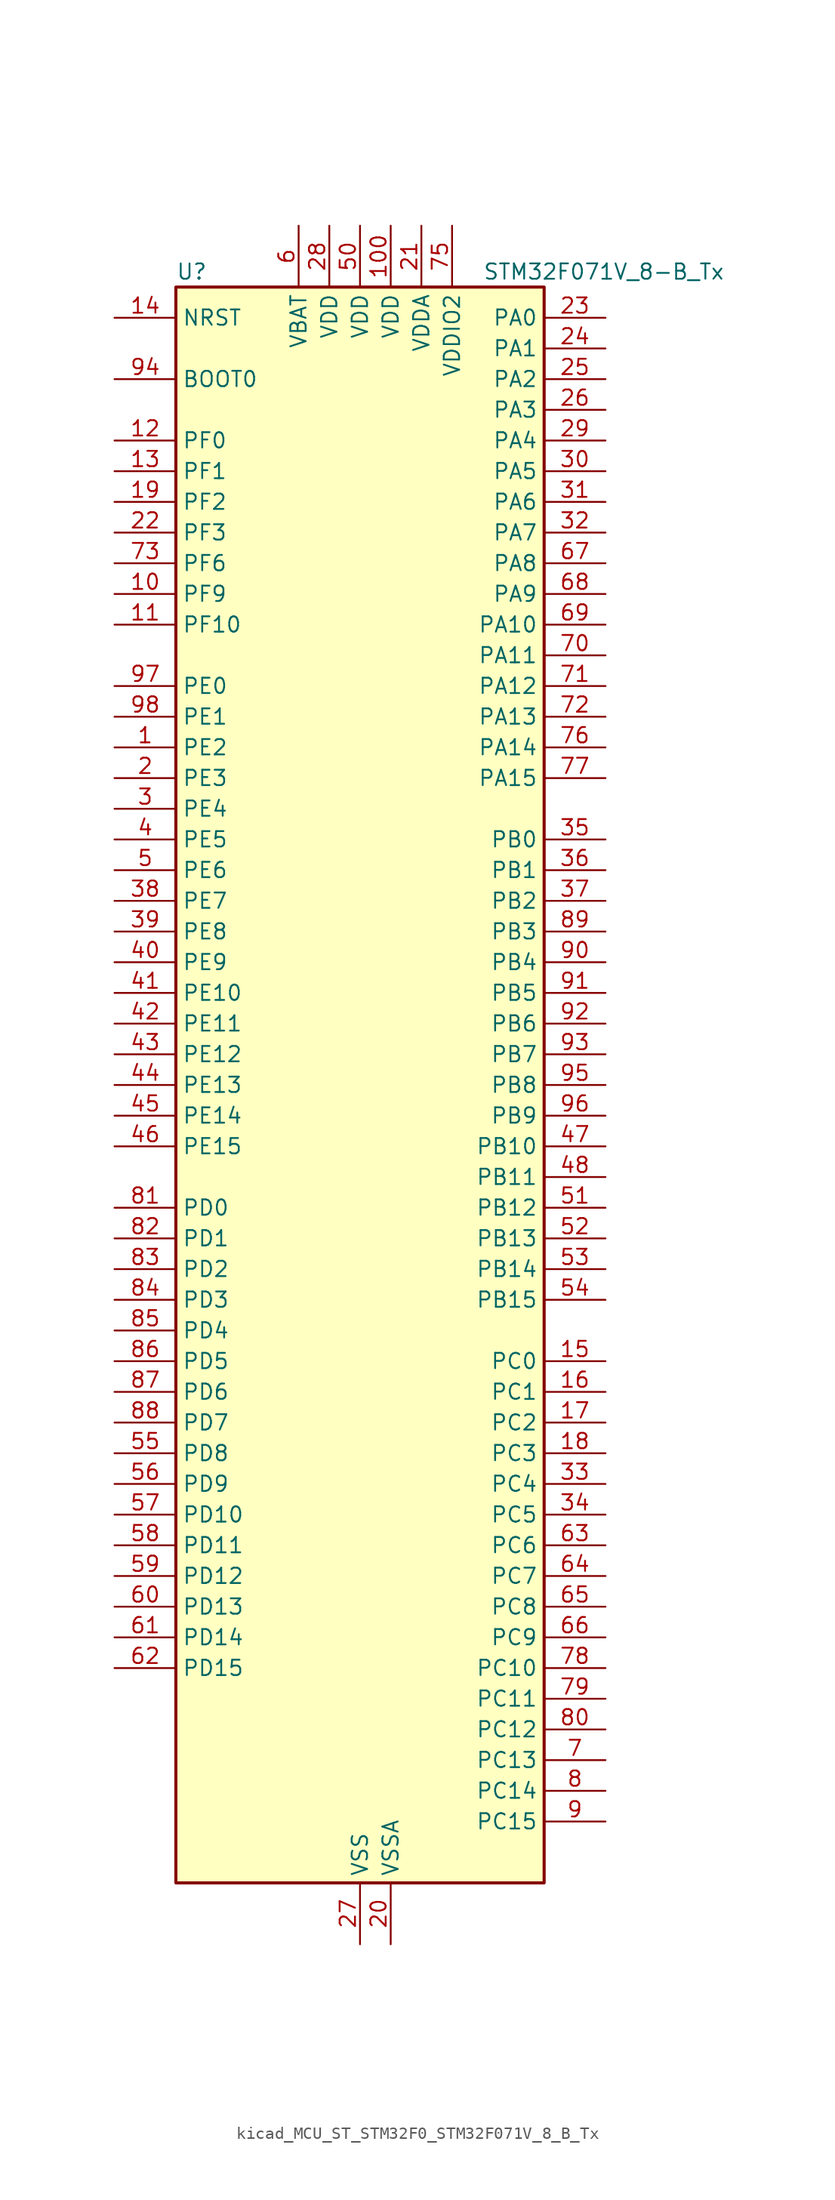
<source format=kicad_sym>
(kicad_symbol_lib
  (version 20220914)
  (generator kicad_symbol_editor)
  (symbol "kicad_MCU_ST_STM32F0_STM32F071V_8_B_Tx"
    (property "Reference" "U"
      (at -15.24 67.31 0)
      (effects (font (size 1.27 1.27)) (justify left)))
    (property "Value" "STM32F071V_8-B_Tx"
      (at 10.16 67.31 0)
      (effects (font (size 1.27 1.27)) (justify left)))
    (property "ki_locked" ""
      (at 0 0 0)
      (effects (font (size 1.27 1.27))))
    (symbol "kicad_MCU_ST_STM32F0_STM32F071V_8_B_Tx_0_1"
      (rectangle (start -15.24 -66.04) (end 15.24 66.04) (stroke (width 0.254) (type default)) (fill (type background))))
    (symbol "kicad_MCU_ST_STM32F0_STM32F071V_8_B_Tx_1_1"
      (pin bidirectional line (at -20.32 27.94 0) (length 5.08) (name "PE2" (effects (font (size 1.27 1.27)))) (number "1" (effects (font (size 1.27 1.27)))) (alternate "TIM3_ETR" bidirectional line) (alternate "TSC_G7_IO1" bidirectional line))
      (pin bidirectional line (at -20.32 40.64 0) (length 5.08) (name "PF9" (effects (font (size 1.27 1.27)))) (number "10" (effects (font (size 1.27 1.27)))) (alternate "DAC_EXTI9" bidirectional line) (alternate "TIM15_CH1" bidirectional line))
      (pin power_in line (at 2.54 71.12 270) (length 5.08) (name "VDD" (effects (font (size 1.27 1.27)))) (number "100" (effects (font (size 1.27 1.27)))))
      (pin bidirectional line (at -20.32 38.1 0) (length 5.08) (name "PF10" (effects (font (size 1.27 1.27)))) (number "11" (effects (font (size 1.27 1.27)))) (alternate "TIM15_CH2" bidirectional line))
      (pin bidirectional line (at -20.32 53.34 0) (length 5.08) (name "PF0" (effects (font (size 1.27 1.27)))) (number "12" (effects (font (size 1.27 1.27)))) (alternate "CRS_SYNC" bidirectional line) (alternate "RCC_OSC_IN" bidirectional line))
      (pin bidirectional line (at -20.32 50.8 0) (length 5.08) (name "PF1" (effects (font (size 1.27 1.27)))) (number "13" (effects (font (size 1.27 1.27)))) (alternate "RCC_OSC_OUT" bidirectional line))
      (pin input line (at -20.32 63.5 0) (length 5.08) (name "NRST" (effects (font (size 1.27 1.27)))) (number "14" (effects (font (size 1.27 1.27)))))
      (pin bidirectional line (at 20.32 -22.86 180) (length 5.08) (name "PC0" (effects (font (size 1.27 1.27)))) (number "15" (effects (font (size 1.27 1.27)))) (alternate "ADC_IN10" bidirectional line))
      (pin bidirectional line (at 20.32 -25.4 180) (length 5.08) (name "PC1" (effects (font (size 1.27 1.27)))) (number "16" (effects (font (size 1.27 1.27)))) (alternate "ADC_IN11" bidirectional line))
      (pin bidirectional line (at 20.32 -27.94 180) (length 5.08) (name "PC2" (effects (font (size 1.27 1.27)))) (number "17" (effects (font (size 1.27 1.27)))) (alternate "ADC_IN12" bidirectional line) (alternate "I2S2_MCK" bidirectional line) (alternate "SPI2_MISO" bidirectional line))
      (pin bidirectional line (at 20.32 -30.48 180) (length 5.08) (name "PC3" (effects (font (size 1.27 1.27)))) (number "18" (effects (font (size 1.27 1.27)))) (alternate "ADC_IN13" bidirectional line) (alternate "I2S2_SD" bidirectional line) (alternate "SPI2_MOSI" bidirectional line))
      (pin bidirectional line (at -20.32 48.26 0) (length 5.08) (name "PF2" (effects (font (size 1.27 1.27)))) (number "19" (effects (font (size 1.27 1.27)))) (alternate "SYS_WKUP8" bidirectional line))
      (pin bidirectional line (at -20.32 25.4 0) (length 5.08) (name "PE3" (effects (font (size 1.27 1.27)))) (number "2" (effects (font (size 1.27 1.27)))) (alternate "TIM3_CH1" bidirectional line) (alternate "TSC_G7_IO2" bidirectional line))
      (pin power_in line (at 2.54 -71.12 90) (length 5.08) (name "VSSA" (effects (font (size 1.27 1.27)))) (number "20" (effects (font (size 1.27 1.27)))))
      (pin power_in line (at 5.08 71.12 270) (length 5.08) (name "VDDA" (effects (font (size 1.27 1.27)))) (number "21" (effects (font (size 1.27 1.27)))))
      (pin bidirectional line (at -20.32 45.72 0) (length 5.08) (name "PF3" (effects (font (size 1.27 1.27)))) (number "22" (effects (font (size 1.27 1.27)))))
      (pin bidirectional line (at 20.32 63.5 180) (length 5.08) (name "PA0" (effects (font (size 1.27 1.27)))) (number "23" (effects (font (size 1.27 1.27)))) (alternate "ADC_IN0" bidirectional line) (alternate "COMP1_INM" bidirectional line) (alternate "COMP1_OUT" bidirectional line) (alternate "RTC_TAMP2" bidirectional line) (alternate "SYS_WKUP1" bidirectional line) (alternate "TIM2_CH1" bidirectional line) (alternate "TIM2_ETR" bidirectional line) (alternate "TSC_G1_IO1" bidirectional line) (alternate "USART2_CTS" bidirectional line) (alternate "USART4_TX" bidirectional line))
      (pin bidirectional line (at 20.32 60.96 180) (length 5.08) (name "PA1" (effects (font (size 1.27 1.27)))) (number "24" (effects (font (size 1.27 1.27)))) (alternate "ADC_IN1" bidirectional line) (alternate "COMP1_INP" bidirectional line) (alternate "TIM15_CH1N" bidirectional line) (alternate "TIM2_CH2" bidirectional line) (alternate "TSC_G1_IO2" bidirectional line) (alternate "USART2_DE" bidirectional line) (alternate "USART2_RTS" bidirectional line) (alternate "USART4_RX" bidirectional line))
      (pin bidirectional line (at 20.32 58.42 180) (length 5.08) (name "PA2" (effects (font (size 1.27 1.27)))) (number "25" (effects (font (size 1.27 1.27)))) (alternate "ADC_IN2" bidirectional line) (alternate "COMP2_INM" bidirectional line) (alternate "COMP2_OUT" bidirectional line) (alternate "SYS_WKUP4" bidirectional line) (alternate "TIM15_CH1" bidirectional line) (alternate "TIM2_CH3" bidirectional line) (alternate "TSC_G1_IO3" bidirectional line) (alternate "USART2_TX" bidirectional line))
      (pin bidirectional line (at 20.32 55.88 180) (length 5.08) (name "PA3" (effects (font (size 1.27 1.27)))) (number "26" (effects (font (size 1.27 1.27)))) (alternate "ADC_IN3" bidirectional line) (alternate "COMP2_INP" bidirectional line) (alternate "TIM15_CH2" bidirectional line) (alternate "TIM2_CH4" bidirectional line) (alternate "TSC_G1_IO4" bidirectional line) (alternate "USART2_RX" bidirectional line))
      (pin power_in line (at 0 -71.12 90) (length 5.08) (name "VSS" (effects (font (size 1.27 1.27)))) (number "27" (effects (font (size 1.27 1.27)))))
      (pin power_in line (at -2.54 71.12 270) (length 5.08) (name "VDD" (effects (font (size 1.27 1.27)))) (number "28" (effects (font (size 1.27 1.27)))))
      (pin bidirectional line (at 20.32 53.34 180) (length 5.08) (name "PA4" (effects (font (size 1.27 1.27)))) (number "29" (effects (font (size 1.27 1.27)))) (alternate "ADC_IN4" bidirectional line) (alternate "COMP1_INM" bidirectional line) (alternate "COMP2_INM" bidirectional line) (alternate "DAC_OUT1" bidirectional line) (alternate "I2S1_WS" bidirectional line) (alternate "SPI1_NSS" bidirectional line) (alternate "TIM14_CH1" bidirectional line) (alternate "TSC_G2_IO1" bidirectional line) (alternate "USART2_CK" bidirectional line))
      (pin bidirectional line (at -20.32 22.86 0) (length 5.08) (name "PE4" (effects (font (size 1.27 1.27)))) (number "3" (effects (font (size 1.27 1.27)))) (alternate "TIM3_CH2" bidirectional line) (alternate "TSC_G7_IO3" bidirectional line))
      (pin bidirectional line (at 20.32 50.8 180) (length 5.08) (name "PA5" (effects (font (size 1.27 1.27)))) (number "30" (effects (font (size 1.27 1.27)))) (alternate "ADC_IN5" bidirectional line) (alternate "CEC" bidirectional line) (alternate "COMP1_INM" bidirectional line) (alternate "COMP2_INM" bidirectional line) (alternate "DAC_OUT2" bidirectional line) (alternate "I2S1_CK" bidirectional line) (alternate "SPI1_SCK" bidirectional line) (alternate "TIM2_CH1" bidirectional line) (alternate "TIM2_ETR" bidirectional line) (alternate "TSC_G2_IO2" bidirectional line))
      (pin bidirectional line (at 20.32 48.26 180) (length 5.08) (name "PA6" (effects (font (size 1.27 1.27)))) (number "31" (effects (font (size 1.27 1.27)))) (alternate "ADC_IN6" bidirectional line) (alternate "COMP1_OUT" bidirectional line) (alternate "I2S1_MCK" bidirectional line) (alternate "SPI1_MISO" bidirectional line) (alternate "TIM16_CH1" bidirectional line) (alternate "TIM1_BKIN" bidirectional line) (alternate "TIM3_CH1" bidirectional line) (alternate "TSC_G2_IO3" bidirectional line) (alternate "USART3_CTS" bidirectional line))
      (pin bidirectional line (at 20.32 45.72 180) (length 5.08) (name "PA7" (effects (font (size 1.27 1.27)))) (number "32" (effects (font (size 1.27 1.27)))) (alternate "ADC_IN7" bidirectional line) (alternate "COMP2_OUT" bidirectional line) (alternate "I2S1_SD" bidirectional line) (alternate "SPI1_MOSI" bidirectional line) (alternate "TIM14_CH1" bidirectional line) (alternate "TIM17_CH1" bidirectional line) (alternate "TIM1_CH1N" bidirectional line) (alternate "TIM3_CH2" bidirectional line) (alternate "TSC_G2_IO4" bidirectional line))
      (pin bidirectional line (at 20.32 -33.02 180) (length 5.08) (name "PC4" (effects (font (size 1.27 1.27)))) (number "33" (effects (font (size 1.27 1.27)))) (alternate "ADC_IN14" bidirectional line) (alternate "USART3_TX" bidirectional line))
      (pin bidirectional line (at 20.32 -35.56 180) (length 5.08) (name "PC5" (effects (font (size 1.27 1.27)))) (number "34" (effects (font (size 1.27 1.27)))) (alternate "ADC_IN15" bidirectional line) (alternate "SYS_WKUP5" bidirectional line) (alternate "TSC_G3_IO1" bidirectional line) (alternate "USART3_RX" bidirectional line))
      (pin bidirectional line (at 20.32 20.32 180) (length 5.08) (name "PB0" (effects (font (size 1.27 1.27)))) (number "35" (effects (font (size 1.27 1.27)))) (alternate "ADC_IN8" bidirectional line) (alternate "TIM1_CH2N" bidirectional line) (alternate "TIM3_CH3" bidirectional line) (alternate "TSC_G3_IO2" bidirectional line) (alternate "USART3_CK" bidirectional line))
      (pin bidirectional line (at 20.32 17.78 180) (length 5.08) (name "PB1" (effects (font (size 1.27 1.27)))) (number "36" (effects (font (size 1.27 1.27)))) (alternate "ADC_IN9" bidirectional line) (alternate "TIM14_CH1" bidirectional line) (alternate "TIM1_CH3N" bidirectional line) (alternate "TIM3_CH4" bidirectional line) (alternate "TSC_G3_IO3" bidirectional line) (alternate "USART3_DE" bidirectional line) (alternate "USART3_RTS" bidirectional line))
      (pin bidirectional line (at 20.32 15.24 180) (length 5.08) (name "PB2" (effects (font (size 1.27 1.27)))) (number "37" (effects (font (size 1.27 1.27)))) (alternate "TSC_G3_IO4" bidirectional line))
      (pin bidirectional line (at -20.32 15.24 0) (length 5.08) (name "PE7" (effects (font (size 1.27 1.27)))) (number "38" (effects (font (size 1.27 1.27)))) (alternate "TIM1_ETR" bidirectional line))
      (pin bidirectional line (at -20.32 12.7 0) (length 5.08) (name "PE8" (effects (font (size 1.27 1.27)))) (number "39" (effects (font (size 1.27 1.27)))) (alternate "TIM1_CH1N" bidirectional line))
      (pin bidirectional line (at -20.32 20.32 0) (length 5.08) (name "PE5" (effects (font (size 1.27 1.27)))) (number "4" (effects (font (size 1.27 1.27)))) (alternate "TIM3_CH3" bidirectional line) (alternate "TSC_G7_IO4" bidirectional line))
      (pin bidirectional line (at -20.32 10.16 0) (length 5.08) (name "PE9" (effects (font (size 1.27 1.27)))) (number "40" (effects (font (size 1.27 1.27)))) (alternate "DAC_EXTI9" bidirectional line) (alternate "TIM1_CH1" bidirectional line))
      (pin bidirectional line (at -20.32 7.62 0) (length 5.08) (name "PE10" (effects (font (size 1.27 1.27)))) (number "41" (effects (font (size 1.27 1.27)))) (alternate "TIM1_CH2N" bidirectional line))
      (pin bidirectional line (at -20.32 5.08 0) (length 5.08) (name "PE11" (effects (font (size 1.27 1.27)))) (number "42" (effects (font (size 1.27 1.27)))) (alternate "TIM1_CH2" bidirectional line))
      (pin bidirectional line (at -20.32 2.54 0) (length 5.08) (name "PE12" (effects (font (size 1.27 1.27)))) (number "43" (effects (font (size 1.27 1.27)))) (alternate "I2S1_WS" bidirectional line) (alternate "SPI1_NSS" bidirectional line) (alternate "TIM1_CH3N" bidirectional line))
      (pin bidirectional line (at -20.32 0 0) (length 5.08) (name "PE13" (effects (font (size 1.27 1.27)))) (number "44" (effects (font (size 1.27 1.27)))) (alternate "I2S1_CK" bidirectional line) (alternate "SPI1_SCK" bidirectional line) (alternate "TIM1_CH3" bidirectional line))
      (pin bidirectional line (at -20.32 -2.54 0) (length 5.08) (name "PE14" (effects (font (size 1.27 1.27)))) (number "45" (effects (font (size 1.27 1.27)))) (alternate "I2S1_MCK" bidirectional line) (alternate "SPI1_MISO" bidirectional line) (alternate "TIM1_CH4" bidirectional line))
      (pin bidirectional line (at -20.32 -5.08 0) (length 5.08) (name "PE15" (effects (font (size 1.27 1.27)))) (number "46" (effects (font (size 1.27 1.27)))) (alternate "I2S1_SD" bidirectional line) (alternate "SPI1_MOSI" bidirectional line) (alternate "TIM1_BKIN" bidirectional line))
      (pin bidirectional line (at 20.32 -5.08 180) (length 5.08) (name "PB10" (effects (font (size 1.27 1.27)))) (number "47" (effects (font (size 1.27 1.27)))) (alternate "CEC" bidirectional line) (alternate "I2C2_SCL" bidirectional line) (alternate "I2S2_CK" bidirectional line) (alternate "SPI2_SCK" bidirectional line) (alternate "TIM2_CH3" bidirectional line) (alternate "TSC_SYNC" bidirectional line) (alternate "USART3_TX" bidirectional line))
      (pin bidirectional line (at 20.32 -7.62 180) (length 5.08) (name "PB11" (effects (font (size 1.27 1.27)))) (number "48" (effects (font (size 1.27 1.27)))) (alternate "I2C2_SDA" bidirectional line) (alternate "TIM2_CH4" bidirectional line) (alternate "TSC_G6_IO1" bidirectional line) (alternate "USART3_RX" bidirectional line))
      (pin passive line (at 0 -71.12 90) (length 5.08) hide (name "VSS" (effects (font (size 1.27 1.27)))) (number "49" (effects (font (size 1.27 1.27)))))
      (pin bidirectional line (at -20.32 17.78 0) (length 5.08) (name "PE6" (effects (font (size 1.27 1.27)))) (number "5" (effects (font (size 1.27 1.27)))) (alternate "RTC_TAMP3" bidirectional line) (alternate "SYS_WKUP3" bidirectional line) (alternate "TIM3_CH4" bidirectional line))
      (pin power_in line (at 0 71.12 270) (length 5.08) (name "VDD" (effects (font (size 1.27 1.27)))) (number "50" (effects (font (size 1.27 1.27)))))
      (pin bidirectional line (at 20.32 -10.16 180) (length 5.08) (name "PB12" (effects (font (size 1.27 1.27)))) (number "51" (effects (font (size 1.27 1.27)))) (alternate "I2S2_WS" bidirectional line) (alternate "SPI2_NSS" bidirectional line) (alternate "TIM15_BKIN" bidirectional line) (alternate "TIM1_BKIN" bidirectional line) (alternate "TSC_G6_IO2" bidirectional line) (alternate "USART3_CK" bidirectional line))
      (pin bidirectional line (at 20.32 -12.7 180) (length 5.08) (name "PB13" (effects (font (size 1.27 1.27)))) (number "52" (effects (font (size 1.27 1.27)))) (alternate "I2C2_SCL" bidirectional line) (alternate "I2S2_CK" bidirectional line) (alternate "SPI2_SCK" bidirectional line) (alternate "TIM1_CH1N" bidirectional line) (alternate "TSC_G6_IO3" bidirectional line) (alternate "USART3_CTS" bidirectional line))
      (pin bidirectional line (at 20.32 -15.24 180) (length 5.08) (name "PB14" (effects (font (size 1.27 1.27)))) (number "53" (effects (font (size 1.27 1.27)))) (alternate "I2C2_SDA" bidirectional line) (alternate "I2S2_MCK" bidirectional line) (alternate "SPI2_MISO" bidirectional line) (alternate "TIM15_CH1" bidirectional line) (alternate "TIM1_CH2N" bidirectional line) (alternate "TSC_G6_IO4" bidirectional line) (alternate "USART3_DE" bidirectional line) (alternate "USART3_RTS" bidirectional line))
      (pin bidirectional line (at 20.32 -17.78 180) (length 5.08) (name "PB15" (effects (font (size 1.27 1.27)))) (number "54" (effects (font (size 1.27 1.27)))) (alternate "I2S2_SD" bidirectional line) (alternate "RTC_REFIN" bidirectional line) (alternate "SPI2_MOSI" bidirectional line) (alternate "SYS_WKUP7" bidirectional line) (alternate "TIM15_CH1N" bidirectional line) (alternate "TIM15_CH2" bidirectional line) (alternate "TIM1_CH3N" bidirectional line))
      (pin bidirectional line (at -20.32 -30.48 0) (length 5.08) (name "PD8" (effects (font (size 1.27 1.27)))) (number "55" (effects (font (size 1.27 1.27)))) (alternate "USART3_TX" bidirectional line))
      (pin bidirectional line (at -20.32 -33.02 0) (length 5.08) (name "PD9" (effects (font (size 1.27 1.27)))) (number "56" (effects (font (size 1.27 1.27)))) (alternate "DAC_EXTI9" bidirectional line) (alternate "USART3_RX" bidirectional line))
      (pin bidirectional line (at -20.32 -35.56 0) (length 5.08) (name "PD10" (effects (font (size 1.27 1.27)))) (number "57" (effects (font (size 1.27 1.27)))) (alternate "USART3_CK" bidirectional line))
      (pin bidirectional line (at -20.32 -38.1 0) (length 5.08) (name "PD11" (effects (font (size 1.27 1.27)))) (number "58" (effects (font (size 1.27 1.27)))) (alternate "USART3_CTS" bidirectional line))
      (pin bidirectional line (at -20.32 -40.64 0) (length 5.08) (name "PD12" (effects (font (size 1.27 1.27)))) (number "59" (effects (font (size 1.27 1.27)))) (alternate "TSC_G8_IO1" bidirectional line) (alternate "USART3_DE" bidirectional line) (alternate "USART3_RTS" bidirectional line))
      (pin power_in line (at -5.08 71.12 270) (length 5.08) (name "VBAT" (effects (font (size 1.27 1.27)))) (number "6" (effects (font (size 1.27 1.27)))))
      (pin bidirectional line (at -20.32 -43.18 0) (length 5.08) (name "PD13" (effects (font (size 1.27 1.27)))) (number "60" (effects (font (size 1.27 1.27)))) (alternate "TSC_G8_IO2" bidirectional line))
      (pin bidirectional line (at -20.32 -45.72 0) (length 5.08) (name "PD14" (effects (font (size 1.27 1.27)))) (number "61" (effects (font (size 1.27 1.27)))) (alternate "TSC_G8_IO3" bidirectional line))
      (pin bidirectional line (at -20.32 -48.26 0) (length 5.08) (name "PD15" (effects (font (size 1.27 1.27)))) (number "62" (effects (font (size 1.27 1.27)))) (alternate "CRS_SYNC" bidirectional line) (alternate "TSC_G8_IO4" bidirectional line))
      (pin bidirectional line (at 20.32 -38.1 180) (length 5.08) (name "PC6" (effects (font (size 1.27 1.27)))) (number "63" (effects (font (size 1.27 1.27)))) (alternate "TIM3_CH1" bidirectional line))
      (pin bidirectional line (at 20.32 -40.64 180) (length 5.08) (name "PC7" (effects (font (size 1.27 1.27)))) (number "64" (effects (font (size 1.27 1.27)))) (alternate "TIM3_CH2" bidirectional line))
      (pin bidirectional line (at 20.32 -43.18 180) (length 5.08) (name "PC8" (effects (font (size 1.27 1.27)))) (number "65" (effects (font (size 1.27 1.27)))) (alternate "TIM3_CH3" bidirectional line))
      (pin bidirectional line (at 20.32 -45.72 180) (length 5.08) (name "PC9" (effects (font (size 1.27 1.27)))) (number "66" (effects (font (size 1.27 1.27)))) (alternate "DAC_EXTI9" bidirectional line) (alternate "TIM3_CH4" bidirectional line))
      (pin bidirectional line (at 20.32 43.18 180) (length 5.08) (name "PA8" (effects (font (size 1.27 1.27)))) (number "67" (effects (font (size 1.27 1.27)))) (alternate "CRS_SYNC" bidirectional line) (alternate "RCC_MCO" bidirectional line) (alternate "TIM1_CH1" bidirectional line) (alternate "USART1_CK" bidirectional line))
      (pin bidirectional line (at 20.32 40.64 180) (length 5.08) (name "PA9" (effects (font (size 1.27 1.27)))) (number "68" (effects (font (size 1.27 1.27)))) (alternate "DAC_EXTI9" bidirectional line) (alternate "TIM15_BKIN" bidirectional line) (alternate "TIM1_CH2" bidirectional line) (alternate "TSC_G4_IO1" bidirectional line) (alternate "USART1_TX" bidirectional line))
      (pin bidirectional line (at 20.32 38.1 180) (length 5.08) (name "PA10" (effects (font (size 1.27 1.27)))) (number "69" (effects (font (size 1.27 1.27)))) (alternate "TIM17_BKIN" bidirectional line) (alternate "TIM1_CH3" bidirectional line) (alternate "TSC_G4_IO2" bidirectional line) (alternate "USART1_RX" bidirectional line))
      (pin bidirectional line (at 20.32 -55.88 180) (length 5.08) (name "PC13" (effects (font (size 1.27 1.27)))) (number "7" (effects (font (size 1.27 1.27)))) (alternate "RTC_OUT_ALARM" bidirectional line) (alternate "RTC_OUT_CALIB" bidirectional line) (alternate "RTC_TAMP1" bidirectional line) (alternate "RTC_TS" bidirectional line) (alternate "SYS_WKUP2" bidirectional line))
      (pin bidirectional line (at 20.32 35.56 180) (length 5.08) (name "PA11" (effects (font (size 1.27 1.27)))) (number "70" (effects (font (size 1.27 1.27)))) (alternate "COMP1_OUT" bidirectional line) (alternate "TIM1_CH4" bidirectional line) (alternate "TSC_G4_IO3" bidirectional line) (alternate "USART1_CTS" bidirectional line))
      (pin bidirectional line (at 20.32 33.02 180) (length 5.08) (name "PA12" (effects (font (size 1.27 1.27)))) (number "71" (effects (font (size 1.27 1.27)))) (alternate "COMP2_OUT" bidirectional line) (alternate "TIM1_ETR" bidirectional line) (alternate "TSC_G4_IO4" bidirectional line) (alternate "USART1_DE" bidirectional line) (alternate "USART1_RTS" bidirectional line))
      (pin bidirectional line (at 20.32 30.48 180) (length 5.08) (name "PA13" (effects (font (size 1.27 1.27)))) (number "72" (effects (font (size 1.27 1.27)))) (alternate "IR_OUT" bidirectional line) (alternate "SYS_SWDIO" bidirectional line))
      (pin bidirectional line (at -20.32 43.18 0) (length 5.08) (name "PF6" (effects (font (size 1.27 1.27)))) (number "73" (effects (font (size 1.27 1.27)))))
      (pin passive line (at 0 -71.12 90) (length 5.08) hide (name "VSS" (effects (font (size 1.27 1.27)))) (number "74" (effects (font (size 1.27 1.27)))))
      (pin power_in line (at 7.62 71.12 270) (length 5.08) (name "VDDIO2" (effects (font (size 1.27 1.27)))) (number "75" (effects (font (size 1.27 1.27)))))
      (pin bidirectional line (at 20.32 27.94 180) (length 5.08) (name "PA14" (effects (font (size 1.27 1.27)))) (number "76" (effects (font (size 1.27 1.27)))) (alternate "SYS_SWCLK" bidirectional line) (alternate "USART2_TX" bidirectional line))
      (pin bidirectional line (at 20.32 25.4 180) (length 5.08) (name "PA15" (effects (font (size 1.27 1.27)))) (number "77" (effects (font (size 1.27 1.27)))) (alternate "I2S1_WS" bidirectional line) (alternate "SPI1_NSS" bidirectional line) (alternate "TIM2_CH1" bidirectional line) (alternate "TIM2_ETR" bidirectional line) (alternate "USART2_RX" bidirectional line) (alternate "USART4_DE" bidirectional line) (alternate "USART4_RTS" bidirectional line))
      (pin bidirectional line (at 20.32 -48.26 180) (length 5.08) (name "PC10" (effects (font (size 1.27 1.27)))) (number "78" (effects (font (size 1.27 1.27)))) (alternate "USART3_TX" bidirectional line) (alternate "USART4_TX" bidirectional line))
      (pin bidirectional line (at 20.32 -50.8 180) (length 5.08) (name "PC11" (effects (font (size 1.27 1.27)))) (number "79" (effects (font (size 1.27 1.27)))) (alternate "USART3_RX" bidirectional line) (alternate "USART4_RX" bidirectional line))
      (pin bidirectional line (at 20.32 -58.42 180) (length 5.08) (name "PC14" (effects (font (size 1.27 1.27)))) (number "8" (effects (font (size 1.27 1.27)))) (alternate "RCC_OSC32_IN" bidirectional line))
      (pin bidirectional line (at 20.32 -53.34 180) (length 5.08) (name "PC12" (effects (font (size 1.27 1.27)))) (number "80" (effects (font (size 1.27 1.27)))) (alternate "USART3_CK" bidirectional line) (alternate "USART4_CK" bidirectional line))
      (pin bidirectional line (at -20.32 -10.16 0) (length 5.08) (name "PD0" (effects (font (size 1.27 1.27)))) (number "81" (effects (font (size 1.27 1.27)))) (alternate "I2S2_WS" bidirectional line) (alternate "SPI2_NSS" bidirectional line))
      (pin bidirectional line (at -20.32 -12.7 0) (length 5.08) (name "PD1" (effects (font (size 1.27 1.27)))) (number "82" (effects (font (size 1.27 1.27)))) (alternate "I2S2_CK" bidirectional line) (alternate "SPI2_SCK" bidirectional line))
      (pin bidirectional line (at -20.32 -15.24 0) (length 5.08) (name "PD2" (effects (font (size 1.27 1.27)))) (number "83" (effects (font (size 1.27 1.27)))) (alternate "TIM3_ETR" bidirectional line) (alternate "USART3_DE" bidirectional line) (alternate "USART3_RTS" bidirectional line))
      (pin bidirectional line (at -20.32 -17.78 0) (length 5.08) (name "PD3" (effects (font (size 1.27 1.27)))) (number "84" (effects (font (size 1.27 1.27)))) (alternate "I2S2_MCK" bidirectional line) (alternate "SPI2_MISO" bidirectional line) (alternate "USART2_CTS" bidirectional line))
      (pin bidirectional line (at -20.32 -20.32 0) (length 5.08) (name "PD4" (effects (font (size 1.27 1.27)))) (number "85" (effects (font (size 1.27 1.27)))) (alternate "I2S2_SD" bidirectional line) (alternate "SPI2_MOSI" bidirectional line) (alternate "USART2_DE" bidirectional line) (alternate "USART2_RTS" bidirectional line))
      (pin bidirectional line (at -20.32 -22.86 0) (length 5.08) (name "PD5" (effects (font (size 1.27 1.27)))) (number "86" (effects (font (size 1.27 1.27)))) (alternate "USART2_TX" bidirectional line))
      (pin bidirectional line (at -20.32 -25.4 0) (length 5.08) (name "PD6" (effects (font (size 1.27 1.27)))) (number "87" (effects (font (size 1.27 1.27)))) (alternate "USART2_RX" bidirectional line))
      (pin bidirectional line (at -20.32 -27.94 0) (length 5.08) (name "PD7" (effects (font (size 1.27 1.27)))) (number "88" (effects (font (size 1.27 1.27)))) (alternate "USART2_CK" bidirectional line))
      (pin bidirectional line (at 20.32 12.7 180) (length 5.08) (name "PB3" (effects (font (size 1.27 1.27)))) (number "89" (effects (font (size 1.27 1.27)))) (alternate "I2S1_CK" bidirectional line) (alternate "SPI1_SCK" bidirectional line) (alternate "TIM2_CH2" bidirectional line) (alternate "TSC_G5_IO1" bidirectional line))
      (pin bidirectional line (at 20.32 -60.96 180) (length 5.08) (name "PC15" (effects (font (size 1.27 1.27)))) (number "9" (effects (font (size 1.27 1.27)))) (alternate "RCC_OSC32_OUT" bidirectional line))
      (pin bidirectional line (at 20.32 10.16 180) (length 5.08) (name "PB4" (effects (font (size 1.27 1.27)))) (number "90" (effects (font (size 1.27 1.27)))) (alternate "I2S1_MCK" bidirectional line) (alternate "SPI1_MISO" bidirectional line) (alternate "TIM17_BKIN" bidirectional line) (alternate "TIM3_CH1" bidirectional line) (alternate "TSC_G5_IO2" bidirectional line))
      (pin bidirectional line (at 20.32 7.62 180) (length 5.08) (name "PB5" (effects (font (size 1.27 1.27)))) (number "91" (effects (font (size 1.27 1.27)))) (alternate "I2C1_SMBA" bidirectional line) (alternate "I2S1_SD" bidirectional line) (alternate "SPI1_MOSI" bidirectional line) (alternate "SYS_WKUP6" bidirectional line) (alternate "TIM16_BKIN" bidirectional line) (alternate "TIM3_CH2" bidirectional line))
      (pin bidirectional line (at 20.32 5.08 180) (length 5.08) (name "PB6" (effects (font (size 1.27 1.27)))) (number "92" (effects (font (size 1.27 1.27)))) (alternate "I2C1_SCL" bidirectional line) (alternate "TIM16_CH1N" bidirectional line) (alternate "TSC_G5_IO3" bidirectional line) (alternate "USART1_TX" bidirectional line))
      (pin bidirectional line (at 20.32 2.54 180) (length 5.08) (name "PB7" (effects (font (size 1.27 1.27)))) (number "93" (effects (font (size 1.27 1.27)))) (alternate "I2C1_SDA" bidirectional line) (alternate "TIM17_CH1N" bidirectional line) (alternate "TSC_G5_IO4" bidirectional line) (alternate "USART1_RX" bidirectional line) (alternate "USART4_CTS" bidirectional line))
      (pin input line (at -20.32 58.42 0) (length 5.08) (name "BOOT0" (effects (font (size 1.27 1.27)))) (number "94" (effects (font (size 1.27 1.27)))))
      (pin bidirectional line (at 20.32 0 180) (length 5.08) (name "PB8" (effects (font (size 1.27 1.27)))) (number "95" (effects (font (size 1.27 1.27)))) (alternate "CEC" bidirectional line) (alternate "I2C1_SCL" bidirectional line) (alternate "TIM16_CH1" bidirectional line) (alternate "TSC_SYNC" bidirectional line))
      (pin bidirectional line (at 20.32 -2.54 180) (length 5.08) (name "PB9" (effects (font (size 1.27 1.27)))) (number "96" (effects (font (size 1.27 1.27)))) (alternate "DAC_EXTI9" bidirectional line) (alternate "I2C1_SDA" bidirectional line) (alternate "I2S2_WS" bidirectional line) (alternate "IR_OUT" bidirectional line) (alternate "SPI2_NSS" bidirectional line) (alternate "TIM17_CH1" bidirectional line))
      (pin bidirectional line (at -20.32 33.02 0) (length 5.08) (name "PE0" (effects (font (size 1.27 1.27)))) (number "97" (effects (font (size 1.27 1.27)))) (alternate "TIM16_CH1" bidirectional line))
      (pin bidirectional line (at -20.32 30.48 0) (length 5.08) (name "PE1" (effects (font (size 1.27 1.27)))) (number "98" (effects (font (size 1.27 1.27)))) (alternate "TIM17_CH1" bidirectional line))
      (pin passive line (at 0 -71.12 90) (length 5.08) hide (name "VSS" (effects (font (size 1.27 1.27)))) (number "99" (effects (font (size 1.27 1.27))))))))
</source>
